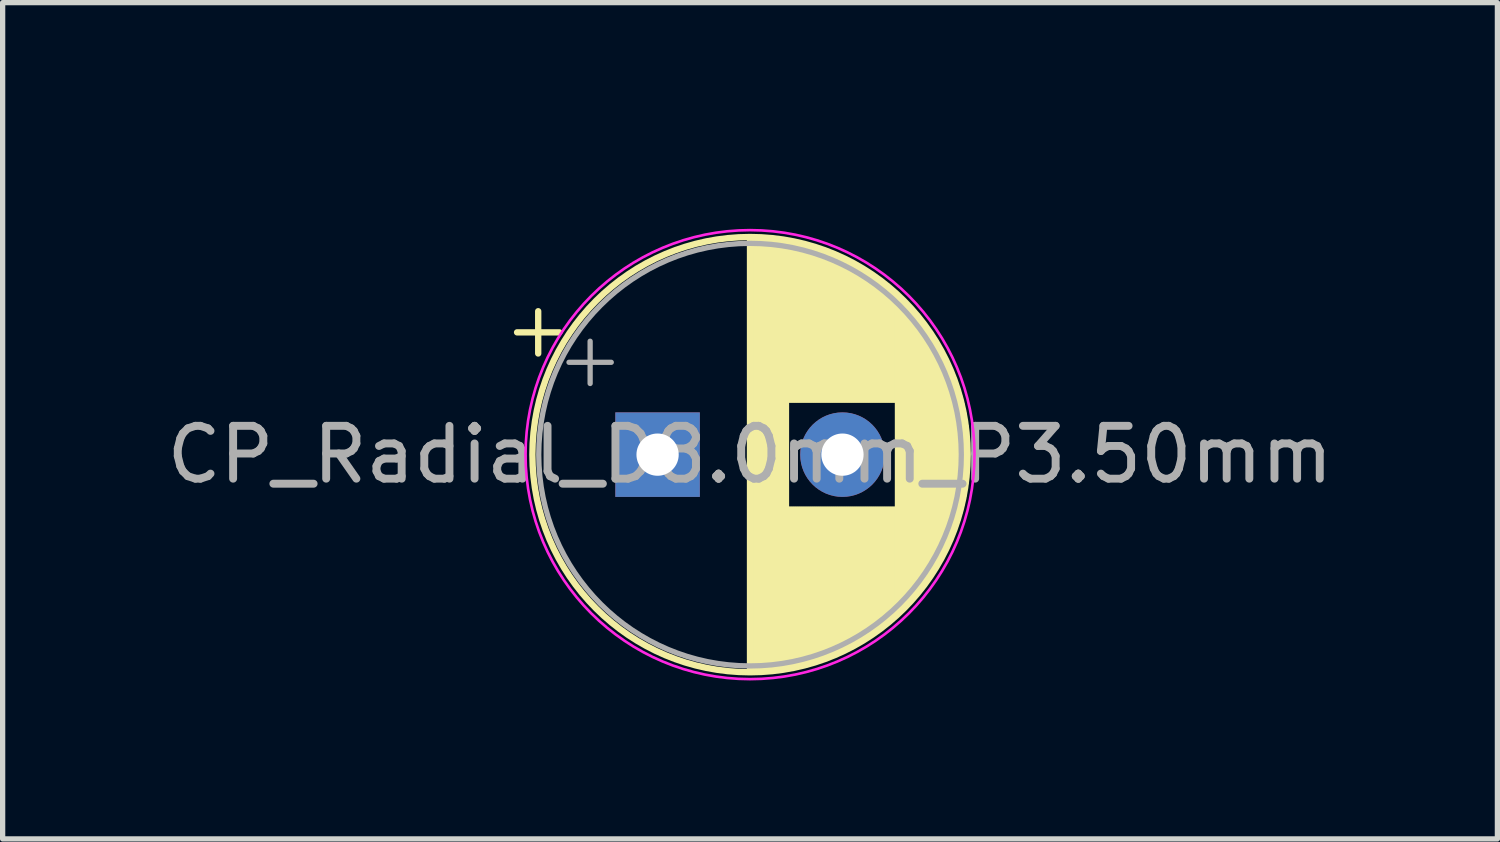
<source format=kicad_pcb>
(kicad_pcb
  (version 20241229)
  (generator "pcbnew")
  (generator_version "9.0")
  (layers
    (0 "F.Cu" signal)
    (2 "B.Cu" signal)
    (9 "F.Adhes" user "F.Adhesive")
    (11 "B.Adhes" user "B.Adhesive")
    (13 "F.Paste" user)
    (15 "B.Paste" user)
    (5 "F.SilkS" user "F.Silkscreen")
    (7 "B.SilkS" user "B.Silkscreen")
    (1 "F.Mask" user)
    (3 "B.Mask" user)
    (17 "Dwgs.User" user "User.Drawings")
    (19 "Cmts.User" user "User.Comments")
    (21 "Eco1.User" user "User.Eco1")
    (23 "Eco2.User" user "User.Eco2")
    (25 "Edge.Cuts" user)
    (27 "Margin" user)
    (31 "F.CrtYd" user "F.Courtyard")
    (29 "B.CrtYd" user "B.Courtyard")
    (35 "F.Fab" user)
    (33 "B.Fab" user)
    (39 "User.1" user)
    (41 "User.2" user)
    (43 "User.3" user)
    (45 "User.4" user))
  (footprint "CP_Radial_D8.0mm_P3.50mm"
    (layer "F.Cu")
    (at 9.399 5.557)
    (property "Reference" "CP_Radial_D8.0mm_P3.50mm" (at 1.75 -5.25 180) (layer "Eco2.User") (effects (font (size 0.3 0.3) (thickness 0.075))))
    (attr through_hole)
    (fp_line (start -2.66 -2.315) (end -1.86 -2.315) (stroke (width 0.12) (type solid)) (layer "F.SilkS"))
    (fp_line (start -2.26 -2.715) (end -2.26 -1.915) (stroke (width 0.12) (type solid)) (layer "F.SilkS"))
    (fp_line (start 1.75 -4.08) (end 1.75 4.08) (stroke (width 0.12) (type solid)) (layer "F.SilkS"))
    (fp_line (start 1.79 -4.08) (end 1.79 4.08) (stroke (width 0.12) (type solid)) (layer "F.SilkS"))
    (fp_line (start 1.83 -4.08) (end 1.83 4.08) (stroke (width 0.12) (type solid)) (layer "F.SilkS"))
    (fp_line (start 1.87 -4.079) (end 1.87 4.079) (stroke (width 0.12) (type solid)) (layer "F.SilkS"))
    (fp_line (start 1.91 -4.077) (end 1.91 4.077) (stroke (width 0.12) (type solid)) (layer "F.SilkS"))
    (fp_line (start 1.95 -4.076) (end 1.95 4.076) (stroke (width 0.12) (type solid)) (layer "F.SilkS"))
    (fp_line (start 1.99 -4.074) (end 1.99 4.074) (stroke (width 0.12) (type solid)) (layer "F.SilkS"))
    (fp_line (start 2.03 -4.071) (end 2.03 4.071) (stroke (width 0.12) (type solid)) (layer "F.SilkS"))
    (fp_line (start 2.07 -4.068) (end 2.07 4.068) (stroke (width 0.12) (type solid)) (layer "F.SilkS"))
    (fp_line (start 2.11 -4.065) (end 2.11 4.065) (stroke (width 0.12) (type solid)) (layer "F.SilkS"))
    (fp_line (start 2.15 -4.061) (end 2.15 4.061) (stroke (width 0.12) (type solid)) (layer "F.SilkS"))
    (fp_line (start 2.19 -4.057) (end 2.19 4.057) (stroke (width 0.12) (type solid)) (layer "F.SilkS"))
    (fp_line (start 2.23 -4.052) (end 2.23 4.052) (stroke (width 0.12) (type solid)) (layer "F.SilkS"))
    (fp_line (start 2.27 -4.048) (end 2.27 4.048) (stroke (width 0.12) (type solid)) (layer "F.SilkS"))
    (fp_line (start 2.31 -4.042) (end 2.31 4.042) (stroke (width 0.12) (type solid)) (layer "F.SilkS"))
    (fp_line (start 2.35 -4.037) (end 2.35 4.037) (stroke (width 0.12) (type solid)) (layer "F.SilkS"))
    (fp_line (start 2.39 -4.03) (end 2.39 4.03) (stroke (width 0.12) (type solid)) (layer "F.SilkS"))
    (fp_line (start 2.43 -4.024) (end 2.43 4.024) (stroke (width 0.12) (type solid)) (layer "F.SilkS"))
    (fp_line (start 2.471 -4.017) (end 2.471 -1.04) (stroke (width 0.12) (type solid)) (layer "F.SilkS"))
    (fp_line (start 2.471 1.04) (end 2.471 4.017) (stroke (width 0.12) (type solid)) (layer "F.SilkS"))
    (fp_line (start 2.511 -4.01) (end 2.511 -1.04) (stroke (width 0.12) (type solid)) (layer "F.SilkS"))
    (fp_line (start 2.511 1.04) (end 2.511 4.01) (stroke (width 0.12) (type solid)) (layer "F.SilkS"))
    (fp_line (start 2.551 -4.002) (end 2.551 -1.04) (stroke (width 0.12) (type solid)) (layer "F.SilkS"))
    (fp_line (start 2.551 1.04) (end 2.551 4.002) (stroke (width 0.12) (type solid)) (layer "F.SilkS"))
    (fp_line (start 2.591 -3.994) (end 2.591 -1.04) (stroke (width 0.12) (type solid)) (layer "F.SilkS"))
    (fp_line (start 2.591 1.04) (end 2.591 3.994) (stroke (width 0.12) (type solid)) (layer "F.SilkS"))
    (fp_line (start 2.631 -3.985) (end 2.631 -1.04) (stroke (width 0.12) (type solid)) (layer "F.SilkS"))
    (fp_line (start 2.631 1.04) (end 2.631 3.985) (stroke (width 0.12) (type solid)) (layer "F.SilkS"))
    (fp_line (start 2.671 -3.976) (end 2.671 -1.04) (stroke (width 0.12) (type solid)) (layer "F.SilkS"))
    (fp_line (start 2.671 1.04) (end 2.671 3.976) (stroke (width 0.12) (type solid)) (layer "F.SilkS"))
    (fp_line (start 2.711 -3.967) (end 2.711 -1.04) (stroke (width 0.12) (type solid)) (layer "F.SilkS"))
    (fp_line (start 2.711 1.04) (end 2.711 3.967) (stroke (width 0.12) (type solid)) (layer "F.SilkS"))
    (fp_line (start 2.751 -3.957) (end 2.751 -1.04) (stroke (width 0.12) (type solid)) (layer "F.SilkS"))
    (fp_line (start 2.751 1.04) (end 2.751 3.957) (stroke (width 0.12) (type solid)) (layer "F.SilkS"))
    (fp_line (start 2.791 -3.947) (end 2.791 -1.04) (stroke (width 0.12) (type solid)) (layer "F.SilkS"))
    (fp_line (start 2.791 1.04) (end 2.791 3.947) (stroke (width 0.12) (type solid)) (layer "F.SilkS"))
    (fp_line (start 2.831 -3.936) (end 2.831 -1.04) (stroke (width 0.12) (type solid)) (layer "F.SilkS"))
    (fp_line (start 2.831 1.04) (end 2.831 3.936) (stroke (width 0.12) (type solid)) (layer "F.SilkS"))
    (fp_line (start 2.871 -3.925) (end 2.871 -1.04) (stroke (width 0.12) (type solid)) (layer "F.SilkS"))
    (fp_line (start 2.871 1.04) (end 2.871 3.925) (stroke (width 0.12) (type solid)) (layer "F.SilkS"))
    (fp_line (start 2.911 -3.914) (end 2.911 -1.04) (stroke (width 0.12) (type solid)) (layer "F.SilkS"))
    (fp_line (start 2.911 1.04) (end 2.911 3.914) (stroke (width 0.12) (type solid)) (layer "F.SilkS"))
    (fp_line (start 2.951 -3.902) (end 2.951 -1.04) (stroke (width 0.12) (type solid)) (layer "F.SilkS"))
    (fp_line (start 2.951 1.04) (end 2.951 3.902) (stroke (width 0.12) (type solid)) (layer "F.SilkS"))
    (fp_line (start 2.991 -3.889) (end 2.991 -1.04) (stroke (width 0.12) (type solid)) (layer "F.SilkS"))
    (fp_line (start 2.991 1.04) (end 2.991 3.889) (stroke (width 0.12) (type solid)) (layer "F.SilkS"))
    (fp_line (start 3.031 -3.877) (end 3.031 -1.04) (stroke (width 0.12) (type solid)) (layer "F.SilkS"))
    (fp_line (start 3.031 1.04) (end 3.031 3.877) (stroke (width 0.12) (type solid)) (layer "F.SilkS"))
    (fp_line (start 3.071 -3.863) (end 3.071 -1.04) (stroke (width 0.12) (type solid)) (layer "F.SilkS"))
    (fp_line (start 3.071 1.04) (end 3.071 3.863) (stroke (width 0.12) (type solid)) (layer "F.SilkS"))
    (fp_line (start 3.111 -3.85) (end 3.111 -1.04) (stroke (width 0.12) (type solid)) (layer "F.SilkS"))
    (fp_line (start 3.111 1.04) (end 3.111 3.85) (stroke (width 0.12) (type solid)) (layer "F.SilkS"))
    (fp_line (start 3.151 -3.835) (end 3.151 -1.04) (stroke (width 0.12) (type solid)) (layer "F.SilkS"))
    (fp_line (start 3.151 1.04) (end 3.151 3.835) (stroke (width 0.12) (type solid)) (layer "F.SilkS"))
    (fp_line (start 3.191 -3.821) (end 3.191 -1.04) (stroke (width 0.12) (type solid)) (layer "F.SilkS"))
    (fp_line (start 3.191 1.04) (end 3.191 3.821) (stroke (width 0.12) (type solid)) (layer "F.SilkS"))
    (fp_line (start 3.231 -3.805) (end 3.231 -1.04) (stroke (width 0.12) (type solid)) (layer "F.SilkS"))
    (fp_line (start 3.231 1.04) (end 3.231 3.805) (stroke (width 0.12) (type solid)) (layer "F.SilkS"))
    (fp_line (start 3.271 -3.79) (end 3.271 -1.04) (stroke (width 0.12) (type solid)) (layer "F.SilkS"))
    (fp_line (start 3.271 1.04) (end 3.271 3.79) (stroke (width 0.12) (type solid)) (layer "F.SilkS"))
    (fp_line (start 3.311 -3.774) (end 3.311 -1.04) (stroke (width 0.12) (type solid)) (layer "F.SilkS"))
    (fp_line (start 3.311 1.04) (end 3.311 3.774) (stroke (width 0.12) (type solid)) (layer "F.SilkS"))
    (fp_line (start 3.351 -3.757) (end 3.351 -1.04) (stroke (width 0.12) (type solid)) (layer "F.SilkS"))
    (fp_line (start 3.351 1.04) (end 3.351 3.757) (stroke (width 0.12) (type solid)) (layer "F.SilkS"))
    (fp_line (start 3.391 -3.74) (end 3.391 -1.04) (stroke (width 0.12) (type solid)) (layer "F.SilkS"))
    (fp_line (start 3.391 1.04) (end 3.391 3.74) (stroke (width 0.12) (type solid)) (layer "F.SilkS"))
    (fp_line (start 3.431 -3.722) (end 3.431 -1.04) (stroke (width 0.12) (type solid)) (layer "F.SilkS"))
    (fp_line (start 3.431 1.04) (end 3.431 3.722) (stroke (width 0.12) (type solid)) (layer "F.SilkS"))
    (fp_line (start 3.471 -3.704) (end 3.471 -1.04) (stroke (width 0.12) (type solid)) (layer "F.SilkS"))
    (fp_line (start 3.471 1.04) (end 3.471 3.704) (stroke (width 0.12) (type solid)) (layer "F.SilkS"))
    (fp_line (start 3.511 -3.686) (end 3.511 -1.04) (stroke (width 0.12) (type solid)) (layer "F.SilkS"))
    (fp_line (start 3.511 1.04) (end 3.511 3.686) (stroke (width 0.12) (type solid)) (layer "F.SilkS"))
    (fp_line (start 3.551 -3.666) (end 3.551 -1.04) (stroke (width 0.12) (type solid)) (layer "F.SilkS"))
    (fp_line (start 3.551 1.04) (end 3.551 3.666) (stroke (width 0.12) (type solid)) (layer "F.SilkS"))
    (fp_line (start 3.591 -3.647) (end 3.591 -1.04) (stroke (width 0.12) (type solid)) (layer "F.SilkS"))
    (fp_line (start 3.591 1.04) (end 3.591 3.647) (stroke (width 0.12) (type solid)) (layer "F.SilkS"))
    (fp_line (start 3.631 -3.627) (end 3.631 -1.04) (stroke (width 0.12) (type solid)) (layer "F.SilkS"))
    (fp_line (start 3.631 1.04) (end 3.631 3.627) (stroke (width 0.12) (type solid)) (layer "F.SilkS"))
    (fp_line (start 3.671 -3.606) (end 3.671 -1.04) (stroke (width 0.12) (type solid)) (layer "F.SilkS"))
    (fp_line (start 3.671 1.04) (end 3.671 3.606) (stroke (width 0.12) (type solid)) (layer "F.SilkS"))
    (fp_line (start 3.711 -3.584) (end 3.711 -1.04) (stroke (width 0.12) (type solid)) (layer "F.SilkS"))
    (fp_line (start 3.711 1.04) (end 3.711 3.584) (stroke (width 0.12) (type solid)) (layer "F.SilkS"))
    (fp_line (start 3.751 -3.562) (end 3.751 -1.04) (stroke (width 0.12) (type solid)) (layer "F.SilkS"))
    (fp_line (start 3.751 1.04) (end 3.751 3.562) (stroke (width 0.12) (type solid)) (layer "F.SilkS"))
    (fp_line (start 3.791 -3.54) (end 3.791 -1.04) (stroke (width 0.12) (type solid)) (layer "F.SilkS"))
    (fp_line (start 3.791 1.04) (end 3.791 3.54) (stroke (width 0.12) (type solid)) (layer "F.SilkS"))
    (fp_line (start 3.831 -3.517) (end 3.831 -1.04) (stroke (width 0.12) (type solid)) (layer "F.SilkS"))
    (fp_line (start 3.831 1.04) (end 3.831 3.517) (stroke (width 0.12) (type solid)) (layer "F.SilkS"))
    (fp_line (start 3.871 -3.493) (end 3.871 -1.04) (stroke (width 0.12) (type solid)) (layer "F.SilkS"))
    (fp_line (start 3.871 1.04) (end 3.871 3.493) (stroke (width 0.12) (type solid)) (layer "F.SilkS"))
    (fp_line (start 3.911 -3.469) (end 3.911 -1.04) (stroke (width 0.12) (type solid)) (layer "F.SilkS"))
    (fp_line (start 3.911 1.04) (end 3.911 3.469) (stroke (width 0.12) (type solid)) (layer "F.SilkS"))
    (fp_line (start 3.951 -3.444) (end 3.951 -1.04) (stroke (width 0.12) (type solid)) (layer "F.SilkS"))
    (fp_line (start 3.951 1.04) (end 3.951 3.444) (stroke (width 0.12) (type solid)) (layer "F.SilkS"))
    (fp_line (start 3.991 -3.418) (end 3.991 -1.04) (stroke (width 0.12) (type solid)) (layer "F.SilkS"))
    (fp_line (start 3.991 1.04) (end 3.991 3.418) (stroke (width 0.12) (type solid)) (layer "F.SilkS"))
    (fp_line (start 4.031 -3.392) (end 4.031 -1.04) (stroke (width 0.12) (type solid)) (layer "F.SilkS"))
    (fp_line (start 4.031 1.04) (end 4.031 3.392) (stroke (width 0.12) (type solid)) (layer "F.SilkS"))
    (fp_line (start 4.071 -3.365) (end 4.071 -1.04) (stroke (width 0.12) (type solid)) (layer "F.SilkS"))
    (fp_line (start 4.071 1.04) (end 4.071 3.365) (stroke (width 0.12) (type solid)) (layer "F.SilkS"))
    (fp_line (start 4.111 -3.338) (end 4.111 -1.04) (stroke (width 0.12) (type solid)) (layer "F.SilkS"))
    (fp_line (start 4.111 1.04) (end 4.111 3.338) (stroke (width 0.12) (type solid)) (layer "F.SilkS"))
    (fp_line (start 4.151 -3.309) (end 4.151 -1.04) (stroke (width 0.12) (type solid)) (layer "F.SilkS"))
    (fp_line (start 4.151 1.04) (end 4.151 3.309) (stroke (width 0.12) (type solid)) (layer "F.SilkS"))
    (fp_line (start 4.191 -3.28) (end 4.191 -1.04) (stroke (width 0.12) (type solid)) (layer "F.SilkS"))
    (fp_line (start 4.191 1.04) (end 4.191 3.28) (stroke (width 0.12) (type solid)) (layer "F.SilkS"))
    (fp_line (start 4.231 -3.25) (end 4.231 -1.04) (stroke (width 0.12) (type solid)) (layer "F.SilkS"))
    (fp_line (start 4.231 1.04) (end 4.231 3.25) (stroke (width 0.12) (type solid)) (layer "F.SilkS"))
    (fp_line (start 4.271 -3.22) (end 4.271 -1.04) (stroke (width 0.12) (type solid)) (layer "F.SilkS"))
    (fp_line (start 4.271 1.04) (end 4.271 3.22) (stroke (width 0.12) (type solid)) (layer "F.SilkS"))
    (fp_line (start 4.311 -3.189) (end 4.311 -1.04) (stroke (width 0.12) (type solid)) (layer "F.SilkS"))
    (fp_line (start 4.311 1.04) (end 4.311 3.189) (stroke (width 0.12) (type solid)) (layer "F.SilkS"))
    (fp_line (start 4.351 -3.156) (end 4.351 -1.04) (stroke (width 0.12) (type solid)) (layer "F.SilkS"))
    (fp_line (start 4.351 1.04) (end 4.351 3.156) (stroke (width 0.12) (type solid)) (layer "F.SilkS"))
    (fp_line (start 4.391 -3.124) (end 4.391 -1.04) (stroke (width 0.12) (type solid)) (layer "F.SilkS"))
    (fp_line (start 4.391 1.04) (end 4.391 3.124) (stroke (width 0.12) (type solid)) (layer "F.SilkS"))
    (fp_line (start 4.431 -3.09) (end 4.431 -1.04) (stroke (width 0.12) (type solid)) (layer "F.SilkS"))
    (fp_line (start 4.431 1.04) (end 4.431 3.09) (stroke (width 0.12) (type solid)) (layer "F.SilkS"))
    (fp_line (start 4.471 -3.055) (end 4.471 -1.04) (stroke (width 0.12) (type solid)) (layer "F.SilkS"))
    (fp_line (start 4.471 1.04) (end 4.471 3.055) (stroke (width 0.12) (type solid)) (layer "F.SilkS"))
    (fp_line (start 4.511 -3.019) (end 4.511 -1.04) (stroke (width 0.12) (type solid)) (layer "F.SilkS"))
    (fp_line (start 4.511 1.04) (end 4.511 3.019) (stroke (width 0.12) (type solid)) (layer "F.SilkS"))
    (fp_line (start 4.551 -2.983) (end 4.551 2.983) (stroke (width 0.12) (type solid)) (layer "F.SilkS"))
    (fp_line (start 4.591 -2.945) (end 4.591 2.945) (stroke (width 0.12) (type solid)) (layer "F.SilkS"))
    (fp_line (start 4.631 -2.907) (end 4.631 2.907) (stroke (width 0.12) (type solid)) (layer "F.SilkS"))
    (fp_line (start 4.671 -2.867) (end 4.671 2.867) (stroke (width 0.12) (type solid)) (layer "F.SilkS"))
    (fp_line (start 4.711 -2.826) (end 4.711 2.826) (stroke (width 0.12) (type solid)) (layer "F.SilkS"))
    (fp_line (start 4.751 -2.784) (end 4.751 2.784) (stroke (width 0.12) (type solid)) (layer "F.SilkS"))
    (fp_line (start 4.791 -2.741) (end 4.791 2.741) (stroke (width 0.12) (type solid)) (layer "F.SilkS"))
    (fp_line (start 4.831 -2.697) (end 4.831 2.697) (stroke (width 0.12) (type solid)) (layer "F.SilkS"))
    (fp_line (start 4.871 -2.651) (end 4.871 2.651) (stroke (width 0.12) (type solid)) (layer "F.SilkS"))
    (fp_line (start 4.911 -2.604) (end 4.911 2.604) (stroke (width 0.12) (type solid)) (layer "F.SilkS"))
    (fp_line (start 4.951 -2.556) (end 4.951 2.556) (stroke (width 0.12) (type solid)) (layer "F.SilkS"))
    (fp_line (start 4.991 -2.505) (end 4.991 2.505) (stroke (width 0.12) (type solid)) (layer "F.SilkS"))
    (fp_line (start 5.031 -2.454) (end 5.031 2.454) (stroke (width 0.12) (type solid)) (layer "F.SilkS"))
    (fp_line (start 5.071 -2.4) (end 5.071 2.4) (stroke (width 0.12) (type solid)) (layer "F.SilkS"))
    (fp_line (start 5.111 -2.345) (end 5.111 2.345) (stroke (width 0.12) (type solid)) (layer "F.SilkS"))
    (fp_line (start 5.151 -2.287) (end 5.151 2.287) (stroke (width 0.12) (type solid)) (layer "F.SilkS"))
    (fp_line (start 5.191 -2.228) (end 5.191 2.228) (stroke (width 0.12) (type solid)) (layer "F.SilkS"))
    (fp_line (start 5.231 -2.166) (end 5.231 2.166) (stroke (width 0.12) (type solid)) (layer "F.SilkS"))
    (fp_line (start 5.271 -2.102) (end 5.271 2.102) (stroke (width 0.12) (type solid)) (layer "F.SilkS"))
    (fp_line (start 5.311 -2.034) (end 5.311 2.034) (stroke (width 0.12) (type solid)) (layer "F.SilkS"))
    (fp_line (start 5.351 -1.964) (end 5.351 1.964) (stroke (width 0.12) (type solid)) (layer "F.SilkS"))
    (fp_line (start 5.391 -1.89) (end 5.391 1.89) (stroke (width 0.12) (type solid)) (layer "F.SilkS"))
    (fp_line (start 5.431 -1.813) (end 5.431 1.813) (stroke (width 0.12) (type solid)) (layer "F.SilkS"))
    (fp_line (start 5.471 -1.731) (end 5.471 1.731) (stroke (width 0.12) (type solid)) (layer "F.SilkS"))
    (fp_line (start 5.511 -1.645) (end 5.511 1.645) (stroke (width 0.12) (type solid)) (layer "F.SilkS"))
    (fp_line (start 5.551 -1.552) (end 5.551 1.552) (stroke (width 0.12) (type solid)) (layer "F.SilkS"))
    (fp_line (start 5.591 -1.453) (end 5.591 1.453) (stroke (width 0.12) (type solid)) (layer "F.SilkS"))
    (fp_line (start 5.631 -1.346) (end 5.631 1.346) (stroke (width 0.12) (type solid)) (layer "F.SilkS"))
    (fp_line (start 5.671 -1.229) (end 5.671 1.229) (stroke (width 0.12) (type solid)) (layer "F.SilkS"))
    (fp_line (start 5.711 -1.098) (end 5.711 1.098) (stroke (width 0.12) (type solid)) (layer "F.SilkS"))
    (fp_line (start 5.751 -0.948) (end 5.751 0.948) (stroke (width 0.12) (type solid)) (layer "F.SilkS"))
    (fp_line (start 5.791 -0.768) (end 5.791 0.768) (stroke (width 0.12) (type solid)) (layer "F.SilkS"))
    (fp_line (start 5.831 -0.533) (end 5.831 0.533) (stroke (width 0.12) (type solid)) (layer "F.SilkS"))
    (fp_circle (center 1.75 0) (end 5.87 0) (stroke (width 0.12) (type solid)) (fill no) (layer "F.SilkS"))
    (fp_circle (center 1.75 0) (end 6 0) (stroke (width 0.05) (type solid)) (fill no) (layer "F.CrtYd"))
    (fp_line (start -1.677 -1.748) (end -0.877 -1.748) (stroke (width 0.1) (type solid)) (layer "F.Fab"))
    (fp_line (start -1.277 -2.147) (end -1.277 -1.347) (stroke (width 0.1) (type solid)) (layer "F.Fab"))
    (fp_circle (center 1.75 0) (end 5.75 0) (stroke (width 0.1) (type solid)) (fill no) (layer "F.Fab"))
    (fp_text user "${REFERENCE}" (at 1.75 0 180) (layer "F.Fab") (effects (font (size 1 1) (thickness 0.15))))
    (pad "1" thru_hole rect (at 0 0) (size 1.6 1.6) (drill 0.8) (layers "*.Cu" "*.Mask"))
    (pad "2" thru_hole circle (at 3.5 0) (size 1.6 1.6) (drill 0.8) (layers "*.Cu" "*.Mask")))
  (gr_rect
    (start -3 -3)
    (end 25.298 12.832)
    (stroke (width 0.1) (type default))
    (fill no)
    (layer "Edge.Cuts")))
</source>
